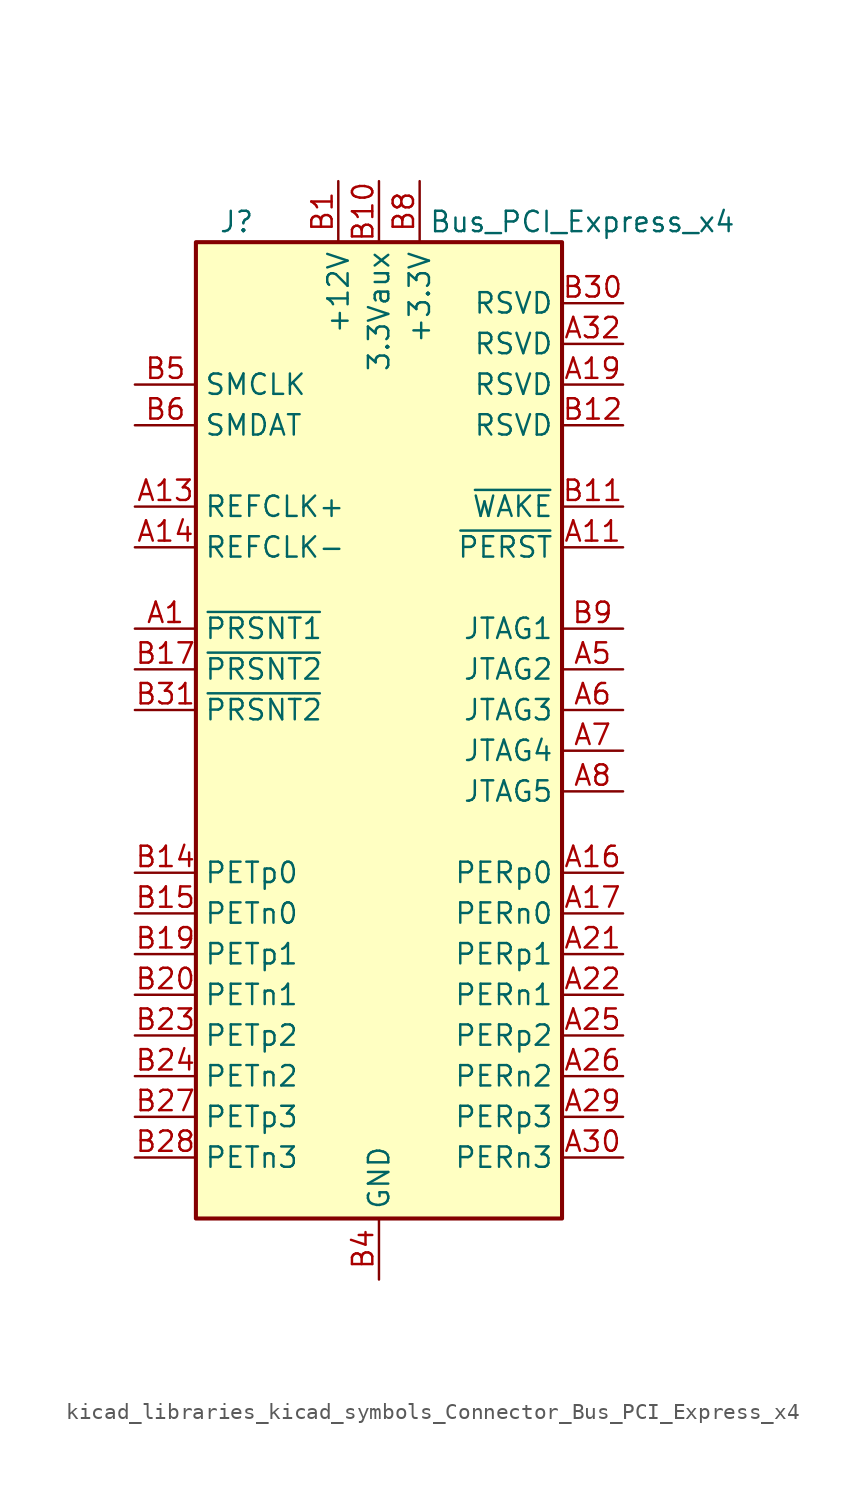
<source format=kicad_sym>
(kicad_symbol_lib
  (version 20220914)
  (generator kicad_symbol_editor)
  (symbol "kicad_libraries_kicad_symbols_Connector_Bus_PCI_Express_x4"
    (property "Reference" "J"
      (at -8.89 33.02 0)
      (effects (font (size 1.27 1.27))))
    (property "Value" "Bus_PCI_Express_x4"
      (at 12.7 33.02 0)
      (effects (font (size 1.27 1.27))))
    (symbol "kicad_libraries_kicad_symbols_Connector_Bus_PCI_Express_x4_0_1"
      (rectangle (start -11.43 31.75) (end 11.43 -29.21) (stroke (width 0.254) (type default)) (fill (type background))))
    (symbol "kicad_libraries_kicad_symbols_Connector_Bus_PCI_Express_x4_1_1"
      (pin passive line (at -15.24 7.62 0) (length 3.81) (name "~{PRSNT1}" (effects (font (size 1.27 1.27)))) (number "A1" (effects (font (size 1.27 1.27)))))
      (pin passive line (at 2.54 35.56 270) (length 3.81) hide (name "+3.3V" (effects (font (size 1.27 1.27)))) (number "A10" (effects (font (size 1.27 1.27)))))
      (pin input line (at 15.24 12.7 180) (length 3.81) (name "~{PERST}" (effects (font (size 1.27 1.27)))) (number "A11" (effects (font (size 1.27 1.27)))))
      (pin passive line (at 0 -33.02 90) (length 3.81) hide (name "GND" (effects (font (size 1.27 1.27)))) (number "A12" (effects (font (size 1.27 1.27)))))
      (pin input line (at -15.24 15.24 0) (length 3.81) (name "REFCLK+" (effects (font (size 1.27 1.27)))) (number "A13" (effects (font (size 1.27 1.27)))))
      (pin input line (at -15.24 12.7 0) (length 3.81) (name "REFCLK-" (effects (font (size 1.27 1.27)))) (number "A14" (effects (font (size 1.27 1.27)))))
      (pin passive line (at 0 -33.02 90) (length 3.81) hide (name "GND" (effects (font (size 1.27 1.27)))) (number "A15" (effects (font (size 1.27 1.27)))))
      (pin output line (at 15.24 -7.62 180) (length 3.81) (name "PERp0" (effects (font (size 1.27 1.27)))) (number "A16" (effects (font (size 1.27 1.27)))))
      (pin output line (at 15.24 -10.16 180) (length 3.81) (name "PERn0" (effects (font (size 1.27 1.27)))) (number "A17" (effects (font (size 1.27 1.27)))))
      (pin passive line (at 0 -33.02 90) (length 3.81) hide (name "GND" (effects (font (size 1.27 1.27)))) (number "A18" (effects (font (size 1.27 1.27)))))
      (pin passive line (at 15.24 22.86 180) (length 3.81) (name "RSVD" (effects (font (size 1.27 1.27)))) (number "A19" (effects (font (size 1.27 1.27)))))
      (pin passive line (at -2.54 35.56 270) (length 3.81) hide (name "+12V" (effects (font (size 1.27 1.27)))) (number "A2" (effects (font (size 1.27 1.27)))))
      (pin passive line (at 0 -33.02 90) (length 3.81) hide (name "GND" (effects (font (size 1.27 1.27)))) (number "A20" (effects (font (size 1.27 1.27)))))
      (pin output line (at 15.24 -12.7 180) (length 3.81) (name "PERp1" (effects (font (size 1.27 1.27)))) (number "A21" (effects (font (size 1.27 1.27)))))
      (pin output line (at 15.24 -15.24 180) (length 3.81) (name "PERn1" (effects (font (size 1.27 1.27)))) (number "A22" (effects (font (size 1.27 1.27)))))
      (pin passive line (at 0 -33.02 90) (length 3.81) hide (name "GND" (effects (font (size 1.27 1.27)))) (number "A23" (effects (font (size 1.27 1.27)))))
      (pin passive line (at 0 -33.02 90) (length 3.81) hide (name "GND" (effects (font (size 1.27 1.27)))) (number "A24" (effects (font (size 1.27 1.27)))))
      (pin output line (at 15.24 -17.78 180) (length 3.81) (name "PERp2" (effects (font (size 1.27 1.27)))) (number "A25" (effects (font (size 1.27 1.27)))))
      (pin output line (at 15.24 -20.32 180) (length 3.81) (name "PERn2" (effects (font (size 1.27 1.27)))) (number "A26" (effects (font (size 1.27 1.27)))))
      (pin passive line (at 0 -33.02 90) (length 3.81) hide (name "GND" (effects (font (size 1.27 1.27)))) (number "A27" (effects (font (size 1.27 1.27)))))
      (pin passive line (at 0 -33.02 90) (length 3.81) hide (name "GND" (effects (font (size 1.27 1.27)))) (number "A28" (effects (font (size 1.27 1.27)))))
      (pin output line (at 15.24 -22.86 180) (length 3.81) (name "PERp3" (effects (font (size 1.27 1.27)))) (number "A29" (effects (font (size 1.27 1.27)))))
      (pin passive line (at -2.54 35.56 270) (length 3.81) hide (name "+12V" (effects (font (size 1.27 1.27)))) (number "A3" (effects (font (size 1.27 1.27)))))
      (pin output line (at 15.24 -25.4 180) (length 3.81) (name "PERn3" (effects (font (size 1.27 1.27)))) (number "A30" (effects (font (size 1.27 1.27)))))
      (pin passive line (at 0 -33.02 90) (length 3.81) hide (name "GND" (effects (font (size 1.27 1.27)))) (number "A31" (effects (font (size 1.27 1.27)))))
      (pin passive line (at 15.24 25.4 180) (length 3.81) (name "RSVD" (effects (font (size 1.27 1.27)))) (number "A32" (effects (font (size 1.27 1.27)))))
      (pin passive line (at 0 -33.02 90) (length 3.81) hide (name "GND" (effects (font (size 1.27 1.27)))) (number "A4" (effects (font (size 1.27 1.27)))))
      (pin input line (at 15.24 5.08 180) (length 3.81) (name "JTAG2" (effects (font (size 1.27 1.27)))) (number "A5" (effects (font (size 1.27 1.27)))))
      (pin input line (at 15.24 2.54 180) (length 3.81) (name "JTAG3" (effects (font (size 1.27 1.27)))) (number "A6" (effects (font (size 1.27 1.27)))))
      (pin output line (at 15.24 0 180) (length 3.81) (name "JTAG4" (effects (font (size 1.27 1.27)))) (number "A7" (effects (font (size 1.27 1.27)))))
      (pin input line (at 15.24 -2.54 180) (length 3.81) (name "JTAG5" (effects (font (size 1.27 1.27)))) (number "A8" (effects (font (size 1.27 1.27)))))
      (pin passive line (at 2.54 35.56 270) (length 3.81) hide (name "+3.3V" (effects (font (size 1.27 1.27)))) (number "A9" (effects (font (size 1.27 1.27)))))
      (pin power_in line (at -2.54 35.56 270) (length 3.81) (name "+12V" (effects (font (size 1.27 1.27)))) (number "B1" (effects (font (size 1.27 1.27)))))
      (pin power_in line (at 0 35.56 270) (length 3.81) (name "3.3Vaux" (effects (font (size 1.27 1.27)))) (number "B10" (effects (font (size 1.27 1.27)))))
      (pin open_collector line (at 15.24 15.24 180) (length 3.81) (name "~{WAKE}" (effects (font (size 1.27 1.27)))) (number "B11" (effects (font (size 1.27 1.27)))))
      (pin passive line (at 15.24 20.32 180) (length 3.81) (name "RSVD" (effects (font (size 1.27 1.27)))) (number "B12" (effects (font (size 1.27 1.27)))))
      (pin passive line (at 0 -33.02 90) (length 3.81) hide (name "GND" (effects (font (size 1.27 1.27)))) (number "B13" (effects (font (size 1.27 1.27)))))
      (pin input line (at -15.24 -7.62 0) (length 3.81) (name "PETp0" (effects (font (size 1.27 1.27)))) (number "B14" (effects (font (size 1.27 1.27)))))
      (pin input line (at -15.24 -10.16 0) (length 3.81) (name "PETn0" (effects (font (size 1.27 1.27)))) (number "B15" (effects (font (size 1.27 1.27)))))
      (pin passive line (at 0 -33.02 90) (length 3.81) hide (name "GND" (effects (font (size 1.27 1.27)))) (number "B16" (effects (font (size 1.27 1.27)))))
      (pin passive line (at -15.24 5.08 0) (length 3.81) (name "~{PRSNT2}" (effects (font (size 1.27 1.27)))) (number "B17" (effects (font (size 1.27 1.27)))))
      (pin passive line (at 0 -33.02 90) (length 3.81) hide (name "GND" (effects (font (size 1.27 1.27)))) (number "B18" (effects (font (size 1.27 1.27)))))
      (pin input line (at -15.24 -12.7 0) (length 3.81) (name "PETp1" (effects (font (size 1.27 1.27)))) (number "B19" (effects (font (size 1.27 1.27)))))
      (pin passive line (at -2.54 35.56 270) (length 3.81) hide (name "+12V" (effects (font (size 1.27 1.27)))) (number "B2" (effects (font (size 1.27 1.27)))))
      (pin input line (at -15.24 -15.24 0) (length 3.81) (name "PETn1" (effects (font (size 1.27 1.27)))) (number "B20" (effects (font (size 1.27 1.27)))))
      (pin passive line (at 0 -33.02 90) (length 3.81) hide (name "GND" (effects (font (size 1.27 1.27)))) (number "B21" (effects (font (size 1.27 1.27)))))
      (pin passive line (at 0 -33.02 90) (length 3.81) hide (name "GND" (effects (font (size 1.27 1.27)))) (number "B22" (effects (font (size 1.27 1.27)))))
      (pin input line (at -15.24 -17.78 0) (length 3.81) (name "PETp2" (effects (font (size 1.27 1.27)))) (number "B23" (effects (font (size 1.27 1.27)))))
      (pin input line (at -15.24 -20.32 0) (length 3.81) (name "PETn2" (effects (font (size 1.27 1.27)))) (number "B24" (effects (font (size 1.27 1.27)))))
      (pin passive line (at 0 -33.02 90) (length 3.81) hide (name "GND" (effects (font (size 1.27 1.27)))) (number "B25" (effects (font (size 1.27 1.27)))))
      (pin passive line (at 0 -33.02 90) (length 3.81) hide (name "GND" (effects (font (size 1.27 1.27)))) (number "B26" (effects (font (size 1.27 1.27)))))
      (pin input line (at -15.24 -22.86 0) (length 3.81) (name "PETp3" (effects (font (size 1.27 1.27)))) (number "B27" (effects (font (size 1.27 1.27)))))
      (pin input line (at -15.24 -25.4 0) (length 3.81) (name "PETn3" (effects (font (size 1.27 1.27)))) (number "B28" (effects (font (size 1.27 1.27)))))
      (pin passive line (at 0 -33.02 90) (length 3.81) hide (name "GND" (effects (font (size 1.27 1.27)))) (number "B29" (effects (font (size 1.27 1.27)))))
      (pin passive line (at -2.54 35.56 270) (length 3.81) hide (name "+12V" (effects (font (size 1.27 1.27)))) (number "B3" (effects (font (size 1.27 1.27)))))
      (pin passive line (at 15.24 27.94 180) (length 3.81) (name "RSVD" (effects (font (size 1.27 1.27)))) (number "B30" (effects (font (size 1.27 1.27)))))
      (pin passive line (at -15.24 2.54 0) (length 3.81) (name "~{PRSNT2}" (effects (font (size 1.27 1.27)))) (number "B31" (effects (font (size 1.27 1.27)))))
      (pin passive line (at 0 -33.02 90) (length 3.81) hide (name "GND" (effects (font (size 1.27 1.27)))) (number "B32" (effects (font (size 1.27 1.27)))))
      (pin power_in line (at 0 -33.02 90) (length 3.81) (name "GND" (effects (font (size 1.27 1.27)))) (number "B4" (effects (font (size 1.27 1.27)))))
      (pin input line (at -15.24 22.86 0) (length 3.81) (name "SMCLK" (effects (font (size 1.27 1.27)))) (number "B5" (effects (font (size 1.27 1.27)))))
      (pin bidirectional line (at -15.24 20.32 0) (length 3.81) (name "SMDAT" (effects (font (size 1.27 1.27)))) (number "B6" (effects (font (size 1.27 1.27)))))
      (pin passive line (at 0 -33.02 90) (length 3.81) hide (name "GND" (effects (font (size 1.27 1.27)))) (number "B7" (effects (font (size 1.27 1.27)))))
      (pin power_in line (at 2.54 35.56 270) (length 3.81) (name "+3.3V" (effects (font (size 1.27 1.27)))) (number "B8" (effects (font (size 1.27 1.27)))))
      (pin input line (at 15.24 7.62 180) (length 3.81) (name "JTAG1" (effects (font (size 1.27 1.27)))) (number "B9" (effects (font (size 1.27 1.27))))))))
</source>
